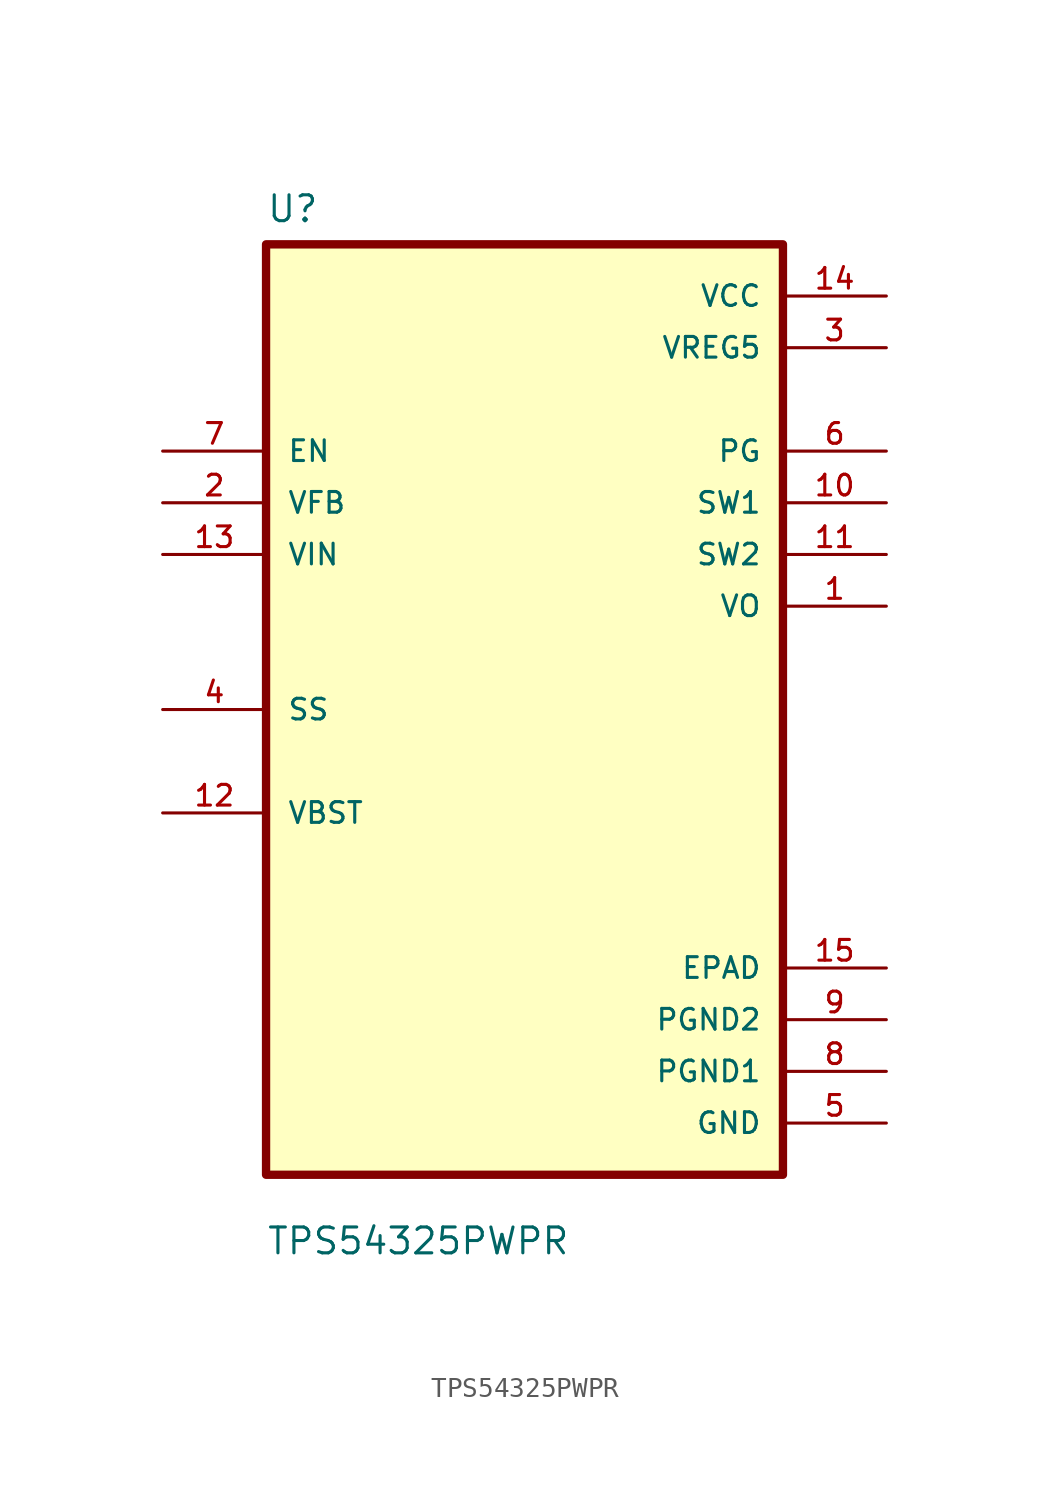
<source format=kicad_sym>
(kicad_symbol_lib
  (version 20211014)
  (generator kicad_symbol_editor)
  (symbol "TPS54325PWPR"
    (pin_names
      (offset 1.016))
    (property "Reference" "U"
      (at -12.7 23.86 0.0)
      (effects (font (size 1.27 1.27)) (justify bottom left)))
    (property "Value" "TPS54325PWPR"
      (at -12.7 -26.86 0.0)
      (effects (font (size 1.27 1.27)) (justify bottom left)))
    (symbol "TPS54325PWPR_0_0"
      (rectangle (start -12.7 -22.86) (end 12.7 22.86) (stroke (width 0.41)) (fill (type background)))
      (pin input line (at -17.78 12.7 0) (length 5.08) (name "EN" (effects (font (size 1.016 1.016)))) (number "7" (effects (font (size 1.016 1.016)))))
      (pin input line (at -17.78 10.16 0) (length 5.08) (name "VFB" (effects (font (size 1.016 1.016)))) (number "2" (effects (font (size 1.016 1.016)))))
      (pin input line (at -17.78 7.62 0) (length 5.08) (name "VIN" (effects (font (size 1.016 1.016)))) (number "13" (effects (font (size 1.016 1.016)))))
      (pin bidirectional line (at -17.78 0.0 0) (length 5.08) (name "SS" (effects (font (size 1.016 1.016)))) (number "4" (effects (font (size 1.016 1.016)))))
      (pin bidirectional line (at -17.78 -5.08 0) (length 5.08) (name "VBST" (effects (font (size 1.016 1.016)))) (number "12" (effects (font (size 1.016 1.016)))))
      (pin power_in line (at 17.78 20.32 180.0) (length 5.08) (name "VCC" (effects (font (size 1.016 1.016)))) (number "14" (effects (font (size 1.016 1.016)))))
      (pin power_in line (at 17.78 17.78 180.0) (length 5.08) (name "VREG5" (effects (font (size 1.016 1.016)))) (number "3" (effects (font (size 1.016 1.016)))))
      (pin output line (at 17.78 12.7 180.0) (length 5.08) (name "PG" (effects (font (size 1.016 1.016)))) (number "6" (effects (font (size 1.016 1.016)))))
      (pin output line (at 17.78 10.16 180.0) (length 5.08) (name "SW1" (effects (font (size 1.016 1.016)))) (number "10" (effects (font (size 1.016 1.016)))))
      (pin output line (at 17.78 7.62 180.0) (length 5.08) (name "SW2" (effects (font (size 1.016 1.016)))) (number "11" (effects (font (size 1.016 1.016)))))
      (pin output line (at 17.78 5.08 180.0) (length 5.08) (name "VO" (effects (font (size 1.016 1.016)))) (number "1" (effects (font (size 1.016 1.016)))))
      (pin power_in line (at 17.78 -12.7 180.0) (length 5.08) (name "EPAD" (effects (font (size 1.016 1.016)))) (number "15" (effects (font (size 1.016 1.016)))))
      (pin power_in line (at 17.78 -15.24 180.0) (length 5.08) (name "PGND2" (effects (font (size 1.016 1.016)))) (number "9" (effects (font (size 1.016 1.016)))))
      (pin power_in line (at 17.78 -17.78 180.0) (length 5.08) (name "PGND1" (effects (font (size 1.016 1.016)))) (number "8" (effects (font (size 1.016 1.016)))))
      (pin power_in line (at 17.78 -20.32 180.0) (length 5.08) (name "GND" (effects (font (size 1.016 1.016)))) (number "5" (effects (font (size 1.016 1.016))))))))
</source>
